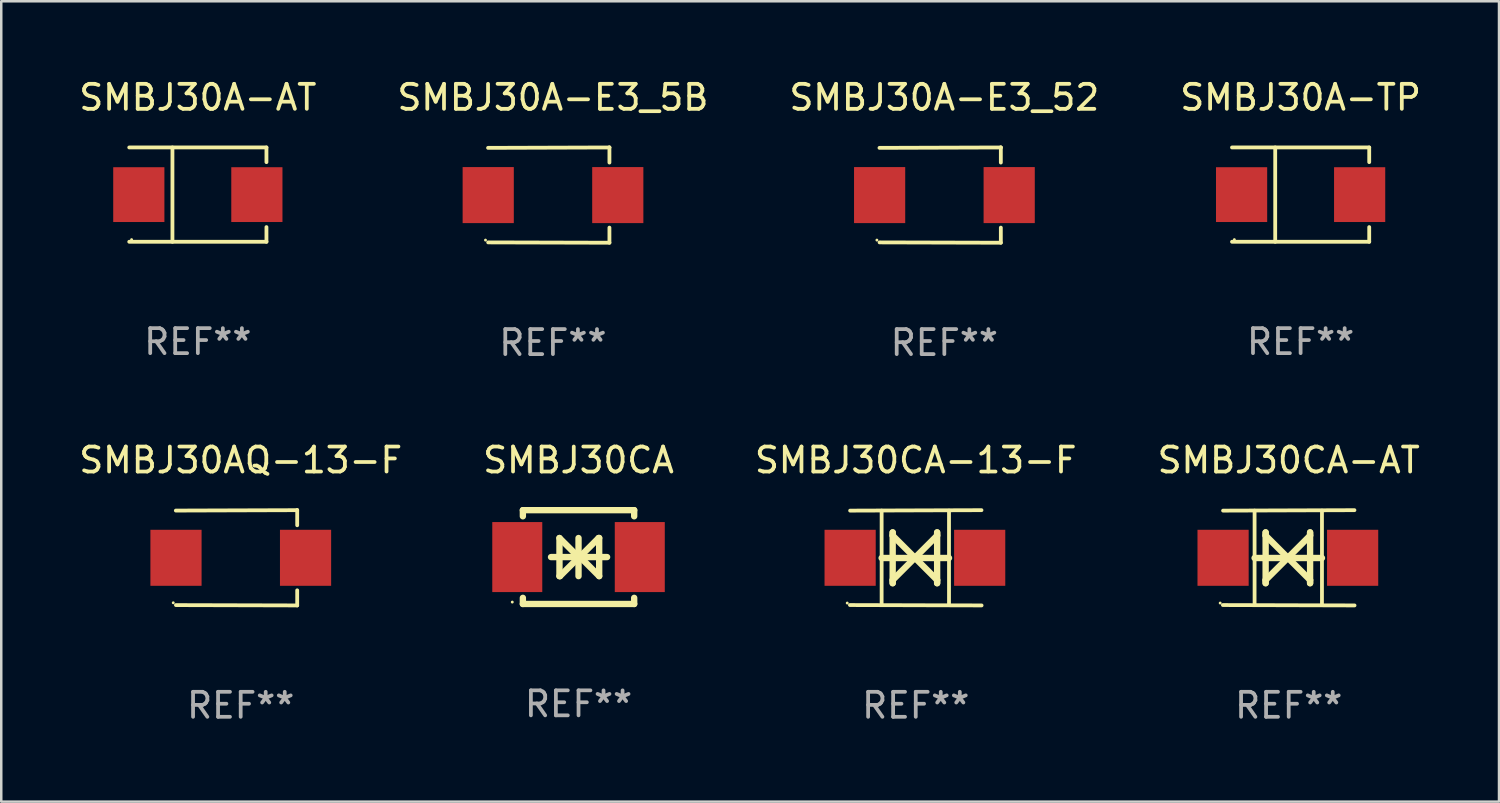
<source format=kicad_pcb>
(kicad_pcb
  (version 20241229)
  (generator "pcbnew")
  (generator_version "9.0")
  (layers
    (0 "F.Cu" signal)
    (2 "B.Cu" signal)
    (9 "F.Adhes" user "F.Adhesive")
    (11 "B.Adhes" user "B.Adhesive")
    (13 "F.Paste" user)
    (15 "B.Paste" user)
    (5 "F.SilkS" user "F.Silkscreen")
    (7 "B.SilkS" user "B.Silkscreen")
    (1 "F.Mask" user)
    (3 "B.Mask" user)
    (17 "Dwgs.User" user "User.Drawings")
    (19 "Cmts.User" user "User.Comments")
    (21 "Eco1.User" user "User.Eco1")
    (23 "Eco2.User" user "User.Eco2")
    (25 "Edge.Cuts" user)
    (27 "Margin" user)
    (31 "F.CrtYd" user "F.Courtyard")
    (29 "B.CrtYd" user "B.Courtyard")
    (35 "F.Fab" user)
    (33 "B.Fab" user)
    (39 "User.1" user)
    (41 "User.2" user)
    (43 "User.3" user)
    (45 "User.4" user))
  (footprint "SMBJ30A-AT"
    (layer "F.Cu")
    (at 4.863 4.734)
    (property "Reference" "SMBJ30A-AT" (at 0 -3.886 0) (layer "F.SilkS") (effects (font (size 1 1) (thickness 0.15))))
    (attr through_hole)
    (fp_line (start -2.744 -1.886) (end 2.744 -1.886) (stroke (width 0.152) (type solid)) (layer "F.SilkS"))
    (fp_line (start -2.744 1.886) (end 2.744 1.886) (stroke (width 0.152) (type solid)) (layer "F.SilkS"))
    (fp_line (start -1.016 -1.886) (end -1.016 1.886) (stroke (width 0.152) (type solid)) (layer "F.SilkS"))
    (fp_line (start 2.744 -1.886) (end 2.744 -1.299) (stroke (width 0.152) (type solid)) (layer "F.SilkS"))
    (fp_line (start 2.744 1.886) (end 2.744 1.299) (stroke (width 0.152) (type solid)) (layer "F.SilkS"))
    (fp_circle (center -2.65 1.8) (end -2.62 1.8) (stroke (width 0.06) (type solid)) (fill no) (layer "F.SilkS"))
    (fp_text user "REF**" (at 0 5.886 0) (layer "F.Fab") (effects (font (size 1 1) (thickness 0.15))))
    (pad "1" smd rect (at -2.361 0) (size 2.047 2.192) (layers "F.Cu" "F.Mask" "F.Paste"))
    (pad "2" smd rect (at 2.361 0) (size 2.047 2.192) (layers "F.Cu" "F.Mask" "F.Paste")))
  (footprint "SMBJ30CA-13-F"
    (layer "F.Cu")
    (at 33.577 19.26)
    (property "Reference" "SMBJ30CA-13-F" (at 0 -3.905 0) (layer "F.SilkS") (effects (font (size 1 1) (thickness 0.15))))
    (attr through_hole)
    (fp_line (start -1.365 1.886) (end -1.365 -1.886) (stroke (width 0.152) (type solid)) (layer "F.SilkS"))
    (fp_line (start -1.365 0.008) (end 1.33 0.008) (stroke (width 0.254) (type solid)) (layer "F.SilkS"))
    (fp_line (start -0.923 -1.016) (end -0.923 1.016) (stroke (width 0.254) (type solid)) (layer "F.SilkS"))
    (fp_line (start -0.923 -0.889) (end -0.923 -1.016) (stroke (width 0.254) (type solid)) (layer "F.SilkS"))
    (fp_line (start -0.923 0.889) (end -0.034 0) (stroke (width 0.254) (type solid)) (layer "F.SilkS"))
    (fp_line (start -0.923 1.016) (end -0.923 0.889) (stroke (width 0.254) (type solid)) (layer "F.SilkS"))
    (fp_line (start -0.034 0) (end -0.923 -0.889) (stroke (width 0.254) (type solid)) (layer "F.SilkS"))
    (fp_line (start -0.034 0) (end 0.855 0.889) (stroke (width 0.254) (type solid)) (layer "F.SilkS"))
    (fp_line (start 0.855 -1.016) (end 0.855 -0.889) (stroke (width 0.254) (type solid)) (layer "F.SilkS"))
    (fp_line (start 0.855 -0.889) (end -0.034 0) (stroke (width 0.254) (type solid)) (layer "F.SilkS"))
    (fp_line (start 0.855 0.889) (end 0.855 1.016) (stroke (width 0.254) (type solid)) (layer "F.SilkS"))
    (fp_line (start 0.855 1.016) (end 0.855 -1.016) (stroke (width 0.254) (type solid)) (layer "F.SilkS"))
    (fp_line (start 1.33 1.886) (end 1.33 -1.886) (stroke (width 0.152) (type solid)) (layer "F.SilkS"))
    (fp_line (start 2.629 -1.905) (end -2.625 -1.887) (stroke (width 0.152) (type solid)) (layer "F.SilkS"))
    (fp_line (start 2.633 1.905) (end -2.633 1.89) (stroke (width 0.152) (type solid)) (layer "F.SilkS"))
    (fp_circle (center -2.741 1.81) (end -2.711 1.81) (stroke (width 0.06) (type solid)) (fill no) (layer "F.SilkS"))
    (fp_text user "REF**" (at 0 5.905 0) (layer "F.Fab") (effects (font (size 1 1) (thickness 0.15))))
    (pad "1" smd rect (at -2.625 0) (size 2.047 2.241) (layers "F.Cu" "F.Mask" "F.Paste"))
    (pad "2" smd rect (at 2.557 0) (size 2.047 2.241) (layers "F.Cu" "F.Mask" "F.Paste")))
  (footprint "SMBJ30AQ-13-F"
    (layer "F.Cu")
    (at 6.577 19.26)
    (property "Reference" "SMBJ30AQ-13-F" (at 0 -3.905 0) (layer "F.SilkS") (effects (font (size 1 1) (thickness 0.15))))
    (attr through_hole)
    (fp_line (start 2.256 -1.905) (end -2.594 -1.889) (stroke (width 0.152) (type solid)) (layer "F.SilkS"))
    (fp_line (start 2.256 -1.905) (end 2.26 -1.905) (stroke (width 0.152) (type solid)) (layer "F.SilkS"))
    (fp_line (start 2.26 -1.905) (end 2.26 -1.301) (stroke (width 0.152) (type solid)) (layer "F.SilkS"))
    (fp_line (start 2.26 1.301) (end 2.26 1.905) (stroke (width 0.152) (type solid)) (layer "F.SilkS"))
    (fp_line (start 2.26 1.905) (end -2.59 1.892) (stroke (width 0.152) (type solid)) (layer "F.SilkS"))
    (fp_circle (center -2.697 1.8) (end -2.667 1.8) (stroke (width 0.06) (type solid)) (fill no) (layer "F.SilkS"))
    (fp_text user "REF**" (at 0 5.905 0) (layer "F.Fab") (effects (font (size 1 1) (thickness 0.15))))
    (pad "1" smd rect (at -2.588 0) (size 2.047 2.241) (layers "F.Cu" "F.Mask" "F.Paste"))
    (pad "2" smd rect (at 2.594 0) (size 2.047 2.241) (layers "F.Cu" "F.Mask" "F.Paste")))
  (footprint "SMBJ30A-E3_52"
    (layer "F.Cu")
    (at 34.72 4.753)
    (property "Reference" "SMBJ30A-E3_52" (at 0 -3.905 0) (layer "F.SilkS") (effects (font (size 1 1) (thickness 0.15))))
    (attr through_hole)
    (fp_line (start 2.256 -1.905) (end -2.594 -1.889) (stroke (width 0.152) (type solid)) (layer "F.SilkS"))
    (fp_line (start 2.256 -1.905) (end 2.26 -1.905) (stroke (width 0.152) (type solid)) (layer "F.SilkS"))
    (fp_line (start 2.26 -1.905) (end 2.26 -1.301) (stroke (width 0.152) (type solid)) (layer "F.SilkS"))
    (fp_line (start 2.26 1.301) (end 2.26 1.905) (stroke (width 0.152) (type solid)) (layer "F.SilkS"))
    (fp_line (start 2.26 1.905) (end -2.59 1.892) (stroke (width 0.152) (type solid)) (layer "F.SilkS"))
    (fp_circle (center -2.697 1.8) (end -2.667 1.8) (stroke (width 0.06) (type solid)) (fill no) (layer "F.SilkS"))
    (fp_text user "REF**" (at 0 5.905 0) (layer "F.Fab") (effects (font (size 1 1) (thickness 0.15))))
    (pad "1" smd rect (at -2.588 0) (size 2.047 2.241) (layers "F.Cu" "F.Mask" "F.Paste"))
    (pad "2" smd rect (at 2.594 0) (size 2.047 2.241) (layers "F.Cu" "F.Mask" "F.Paste")))
  (footprint "SMBJ30A-E3_5B"
    (layer "F.Cu")
    (at 19.065 4.753)
    (property "Reference" "SMBJ30A-E3_5B" (at 0 -3.905 0) (layer "F.SilkS") (effects (font (size 1 1) (thickness 0.15))))
    (attr through_hole)
    (fp_line (start 2.256 -1.905) (end -2.594 -1.889) (stroke (width 0.152) (type solid)) (layer "F.SilkS"))
    (fp_line (start 2.256 -1.905) (end 2.26 -1.905) (stroke (width 0.152) (type solid)) (layer "F.SilkS"))
    (fp_line (start 2.26 -1.905) (end 2.26 -1.301) (stroke (width 0.152) (type solid)) (layer "F.SilkS"))
    (fp_line (start 2.26 1.301) (end 2.26 1.905) (stroke (width 0.152) (type solid)) (layer "F.SilkS"))
    (fp_line (start 2.26 1.905) (end -2.59 1.892) (stroke (width 0.152) (type solid)) (layer "F.SilkS"))
    (fp_circle (center -2.697 1.8) (end -2.667 1.8) (stroke (width 0.06) (type solid)) (fill no) (layer "F.SilkS"))
    (fp_text user "REF**" (at 0 5.905 0) (layer "F.Fab") (effects (font (size 1 1) (thickness 0.15))))
    (pad "1" smd rect (at -2.588 0) (size 2.047 2.241) (layers "F.Cu" "F.Mask" "F.Paste"))
    (pad "2" smd rect (at 2.594 0) (size 2.047 2.241) (layers "F.Cu" "F.Mask" "F.Paste")))
  (footprint "SMBJ30CA-AT"
    (layer "F.Cu")
    (at 48.494 19.26)
    (property "Reference" "SMBJ30CA-AT" (at 0 -3.905 0) (layer "F.SilkS") (effects (font (size 1 1) (thickness 0.15))))
    (attr through_hole)
    (fp_line (start -1.365 1.886) (end -1.365 -1.886) (stroke (width 0.152) (type solid)) (layer "F.SilkS"))
    (fp_line (start -1.365 0.008) (end 1.33 0.008) (stroke (width 0.254) (type solid)) (layer "F.SilkS"))
    (fp_line (start -0.923 -1.016) (end -0.923 1.016) (stroke (width 0.254) (type solid)) (layer "F.SilkS"))
    (fp_line (start -0.923 -0.889) (end -0.923 -1.016) (stroke (width 0.254) (type solid)) (layer "F.SilkS"))
    (fp_line (start -0.923 0.889) (end -0.034 0) (stroke (width 0.254) (type solid)) (layer "F.SilkS"))
    (fp_line (start -0.923 1.016) (end -0.923 0.889) (stroke (width 0.254) (type solid)) (layer "F.SilkS"))
    (fp_line (start -0.034 0) (end -0.923 -0.889) (stroke (width 0.254) (type solid)) (layer "F.SilkS"))
    (fp_line (start -0.034 0) (end 0.855 0.889) (stroke (width 0.254) (type solid)) (layer "F.SilkS"))
    (fp_line (start 0.855 -1.016) (end 0.855 -0.889) (stroke (width 0.254) (type solid)) (layer "F.SilkS"))
    (fp_line (start 0.855 -0.889) (end -0.034 0) (stroke (width 0.254) (type solid)) (layer "F.SilkS"))
    (fp_line (start 0.855 0.889) (end 0.855 1.016) (stroke (width 0.254) (type solid)) (layer "F.SilkS"))
    (fp_line (start 0.855 1.016) (end 0.855 -1.016) (stroke (width 0.254) (type solid)) (layer "F.SilkS"))
    (fp_line (start 1.33 1.886) (end 1.33 -1.886) (stroke (width 0.152) (type solid)) (layer "F.SilkS"))
    (fp_line (start 2.629 -1.905) (end -2.625 -1.887) (stroke (width 0.152) (type solid)) (layer "F.SilkS"))
    (fp_line (start 2.633 1.905) (end -2.633 1.89) (stroke (width 0.152) (type solid)) (layer "F.SilkS"))
    (fp_circle (center -2.741 1.81) (end -2.711 1.81) (stroke (width 0.06) (type solid)) (fill no) (layer "F.SilkS"))
    (fp_text user "REF**" (at 0 5.905 0) (layer "F.Fab") (effects (font (size 1 1) (thickness 0.15))))
    (pad "1" smd rect (at -2.625 0) (size 2.047 2.241) (layers "F.Cu" "F.Mask" "F.Paste"))
    (pad "2" smd rect (at 2.557 0) (size 2.047 2.241) (layers "F.Cu" "F.Mask" "F.Paste")))
  (footprint "SMBJ30CA"
    (layer "F.Cu")
    (at 20.089 19.231)
    (property "Reference" "SMBJ30CA" (at 0 -3.876 0) (layer "F.SilkS") (effects (font (size 1 1) (thickness 0.15))))
    (attr through_hole)
    (fp_line (start -2.226 -1.876) (end -2.226 -1.631) (stroke (width 0.254) (type solid)) (layer "F.SilkS"))
    (fp_line (start -2.226 -1.876) (end 2.226 -1.876) (stroke (width 0.254) (type solid)) (layer "F.SilkS"))
    (fp_line (start -2.226 1.631) (end -2.226 1.876) (stroke (width 0.254) (type solid)) (layer "F.SilkS"))
    (fp_line (start -2.226 1.876) (end 2.226 1.876) (stroke (width 0.254) (type solid)) (layer "F.SilkS"))
    (fp_line (start -1.1 0) (end 1.143 0) (stroke (width 0.254) (type solid)) (layer "F.SilkS"))
    (fp_line (start -0.762 -0.762) (end -0.762 0.762) (stroke (width 0.254) (type solid)) (layer "F.SilkS"))
    (fp_line (start -0.762 0.762) (end -0.741 0.762) (stroke (width 0.254) (type solid)) (layer "F.SilkS"))
    (fp_line (start -0.741 0.762) (end 0.021 0) (stroke (width 0.254) (type solid)) (layer "F.SilkS"))
    (fp_line (start 0 -0.762) (end 0 0.762) (stroke (width 0.254) (type solid)) (layer "F.SilkS"))
    (fp_line (start 0 0) (end -0.762 -0.762) (stroke (width 0.254) (type solid)) (layer "F.SilkS"))
    (fp_line (start 0.021 0) (end 0 0) (stroke (width 0.254) (type solid)) (layer "F.SilkS"))
    (fp_line (start 0.042 0) (end 0.064 0) (stroke (width 0.254) (type solid)) (layer "F.SilkS"))
    (fp_line (start 0.064 0) (end 0.826 0.762) (stroke (width 0.254) (type solid)) (layer "F.SilkS"))
    (fp_line (start 0.804 -0.762) (end 0.042 0) (stroke (width 0.254) (type solid)) (layer "F.SilkS"))
    (fp_line (start 0.826 -0.762) (end 0.804 -0.762) (stroke (width 0.254) (type solid)) (layer "F.SilkS"))
    (fp_line (start 0.826 0.762) (end 0.826 -0.762) (stroke (width 0.254) (type solid)) (layer "F.SilkS"))
    (fp_line (start 2.226 -1.876) (end 2.226 -1.631) (stroke (width 0.254) (type solid)) (layer "F.SilkS"))
    (fp_line (start 2.226 1.631) (end 2.226 1.876) (stroke (width 0.254) (type solid)) (layer "F.SilkS"))
    (fp_circle (center -2.65 1.8) (end -2.62 1.8) (stroke (width 0.06) (type solid)) (fill no) (layer "F.SilkS"))
    (fp_text user "REF**" (at 0 5.876 0) (layer "F.Fab") (effects (font (size 1 1) (thickness 0.15))))
    (pad "1" smd rect (at -2.45 0 180) (size 2 2.8) (layers "F.Cu" "F.Mask" "F.Paste"))
    (pad "2" smd rect (at 2.45 0 180) (size 2 2.8) (layers "F.Cu" "F.Mask" "F.Paste")))
  (footprint "SMBJ30A-TP"
    (layer "F.Cu")
    (at 48.97 4.734)
    (property "Reference" "SMBJ30A-TP" (at 0 -3.886 0) (layer "F.SilkS") (effects (font (size 1 1) (thickness 0.15))))
    (attr through_hole)
    (fp_line (start -2.744 -1.886) (end 2.744 -1.886) (stroke (width 0.152) (type solid)) (layer "F.SilkS"))
    (fp_line (start -2.744 1.886) (end 2.744 1.886) (stroke (width 0.152) (type solid)) (layer "F.SilkS"))
    (fp_line (start -1.016 -1.886) (end -1.016 1.886) (stroke (width 0.152) (type solid)) (layer "F.SilkS"))
    (fp_line (start 2.744 -1.886) (end 2.744 -1.299) (stroke (width 0.152) (type solid)) (layer "F.SilkS"))
    (fp_line (start 2.744 1.886) (end 2.744 1.299) (stroke (width 0.152) (type solid)) (layer "F.SilkS"))
    (fp_circle (center -2.65 1.8) (end -2.62 1.8) (stroke (width 0.06) (type solid)) (fill no) (layer "F.SilkS"))
    (fp_text user "REF**" (at 0 5.886 0) (layer "F.Fab") (effects (font (size 1 1) (thickness 0.15))))
    (pad "1" smd rect (at -2.361 0) (size 2.047 2.192) (layers "F.Cu" "F.Mask" "F.Paste"))
    (pad "2" smd rect (at 2.361 0) (size 2.047 2.192) (layers "F.Cu" "F.Mask" "F.Paste")))
  (gr_rect
    (start -3 -3)
    (end 56.905 29.013)
    (stroke (width 0.1) (type default))
    (fill no)
    (layer "Edge.Cuts")))
</source>
